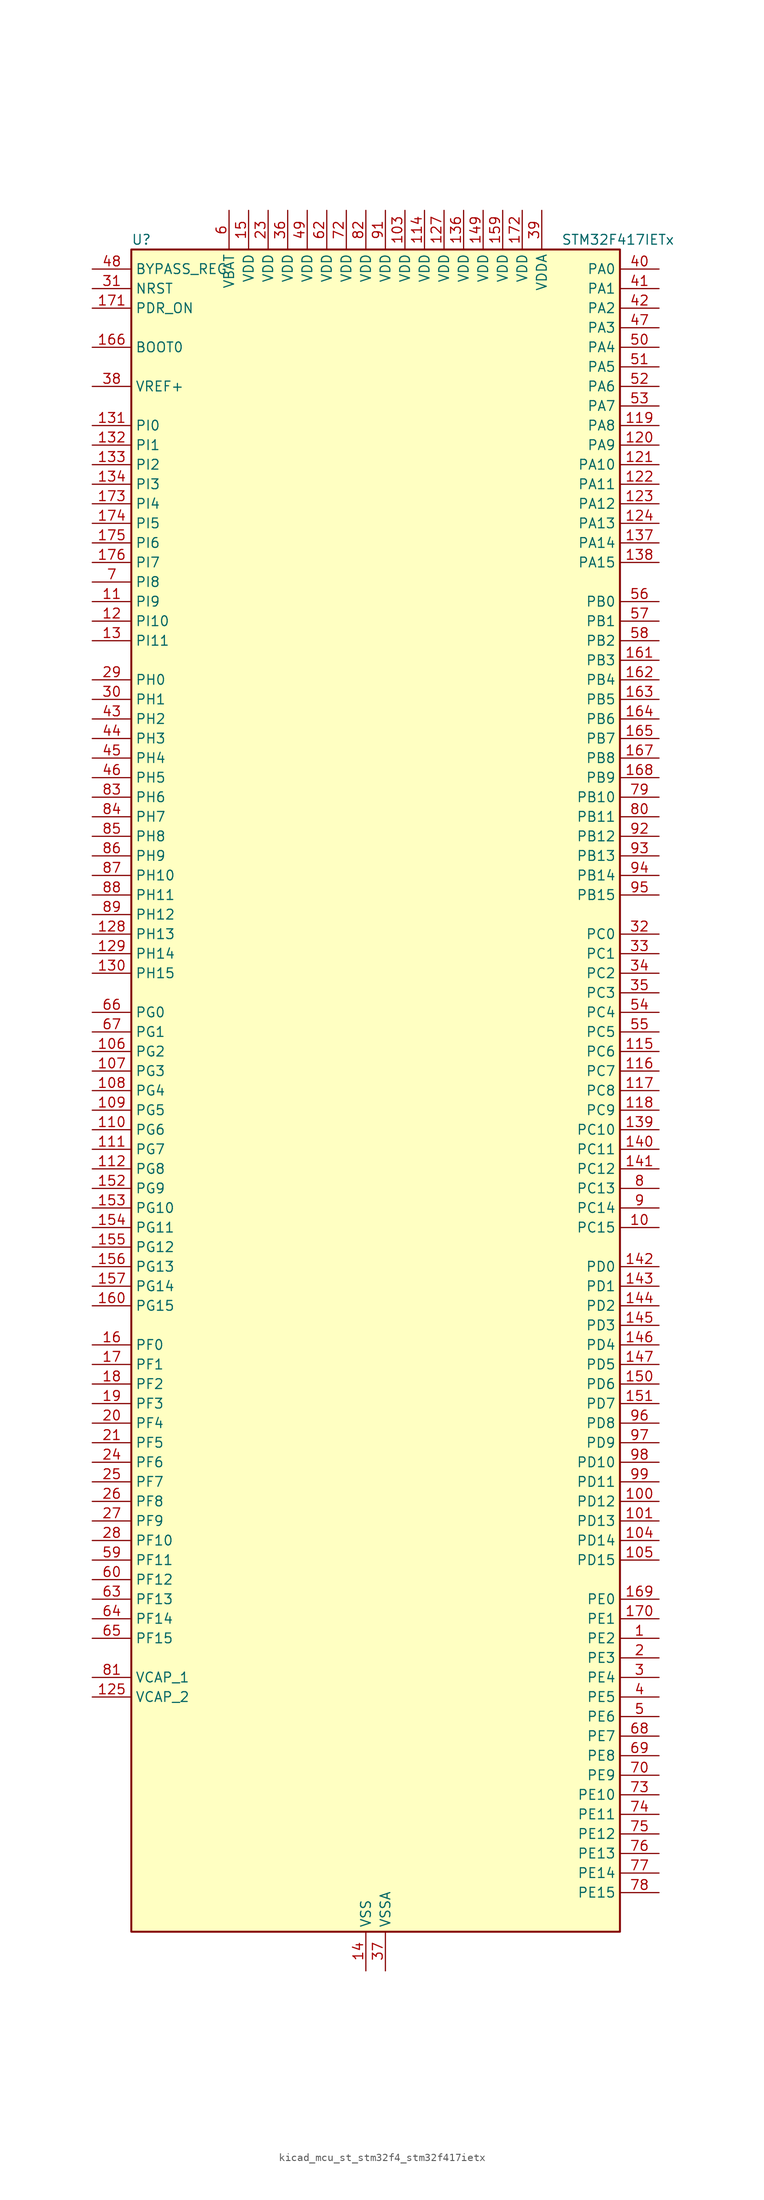
<source format=kicad_sym>
(kicad_symbol_lib
  (version 20220914)
  (generator kicad_symbol_editor)
  (symbol "kicad_mcu_st_stm32f4_stm32f417ietx"
    (property "Reference" "U"
      (at -30.48 110.49 0)
      (effects (font (size 1.27 1.27)) (justify left)))
    (property "Value" "STM32F417IETx"
      (at 25.4 110.49 0)
      (effects (font (size 1.27 1.27)) (justify left)))
    (property "ki_locked" ""
      (at 0 0 0)
      (effects (font (size 1.27 1.27))))
    (symbol "kicad_mcu_st_stm32f4_stm32f417ietx_0_1"
      (rectangle (start -30.48 -109.22) (end 33.02 109.22) (stroke (width 0.254) (type default)) (fill (type background))))
    (symbol "kicad_mcu_st_stm32f4_stm32f417ietx_1_1"
      (pin bidirectional line (at 38.1 -71.12 180) (length 5.08) (name "PE2" (effects (font (size 1.27 1.27)))) (number "1" (effects (font (size 1.27 1.27)))) (alternate "ETH_TXD3" bidirectional line) (alternate "FSMC_A23" bidirectional line) (alternate "SYS_TRACECLK" bidirectional line))
      (pin bidirectional line (at 38.1 -17.78 180) (length 5.08) (name "PC15" (effects (font (size 1.27 1.27)))) (number "10" (effects (font (size 1.27 1.27)))) (alternate "ADC1_EXTI15" bidirectional line) (alternate "ADC2_EXTI15" bidirectional line) (alternate "ADC3_EXTI15" bidirectional line) (alternate "RCC_OSC32_OUT" bidirectional line))
      (pin bidirectional line (at 38.1 -53.34 180) (length 5.08) (name "PD12" (effects (font (size 1.27 1.27)))) (number "100" (effects (font (size 1.27 1.27)))) (alternate "FSMC_A17" bidirectional line) (alternate "FSMC_ALE" bidirectional line) (alternate "TIM4_CH1" bidirectional line) (alternate "USART3_RTS" bidirectional line))
      (pin bidirectional line (at 38.1 -55.88 180) (length 5.08) (name "PD13" (effects (font (size 1.27 1.27)))) (number "101" (effects (font (size 1.27 1.27)))) (alternate "FSMC_A18" bidirectional line) (alternate "TIM4_CH2" bidirectional line))
      (pin passive line (at 0 -114.3 90) (length 5.08) hide (name "VSS" (effects (font (size 1.27 1.27)))) (number "102" (effects (font (size 1.27 1.27)))))
      (pin power_in line (at 5.08 114.3 270) (length 5.08) (name "VDD" (effects (font (size 1.27 1.27)))) (number "103" (effects (font (size 1.27 1.27)))))
      (pin bidirectional line (at 38.1 -58.42 180) (length 5.08) (name "PD14" (effects (font (size 1.27 1.27)))) (number "104" (effects (font (size 1.27 1.27)))) (alternate "FSMC_D0" bidirectional line) (alternate "FSMC_DA0" bidirectional line) (alternate "TIM4_CH3" bidirectional line))
      (pin bidirectional line (at 38.1 -60.96 180) (length 5.08) (name "PD15" (effects (font (size 1.27 1.27)))) (number "105" (effects (font (size 1.27 1.27)))) (alternate "ADC1_EXTI15" bidirectional line) (alternate "ADC2_EXTI15" bidirectional line) (alternate "ADC3_EXTI15" bidirectional line) (alternate "FSMC_D1" bidirectional line) (alternate "FSMC_DA1" bidirectional line) (alternate "TIM4_CH4" bidirectional line))
      (pin bidirectional line (at -35.56 5.08 0) (length 5.08) (name "PG2" (effects (font (size 1.27 1.27)))) (number "106" (effects (font (size 1.27 1.27)))) (alternate "FSMC_A12" bidirectional line))
      (pin bidirectional line (at -35.56 2.54 0) (length 5.08) (name "PG3" (effects (font (size 1.27 1.27)))) (number "107" (effects (font (size 1.27 1.27)))) (alternate "FSMC_A13" bidirectional line))
      (pin bidirectional line (at -35.56 0 0) (length 5.08) (name "PG4" (effects (font (size 1.27 1.27)))) (number "108" (effects (font (size 1.27 1.27)))) (alternate "FSMC_A14" bidirectional line))
      (pin bidirectional line (at -35.56 -2.54 0) (length 5.08) (name "PG5" (effects (font (size 1.27 1.27)))) (number "109" (effects (font (size 1.27 1.27)))) (alternate "FSMC_A15" bidirectional line))
      (pin bidirectional line (at -35.56 63.5 0) (length 5.08) (name "PI9" (effects (font (size 1.27 1.27)))) (number "11" (effects (font (size 1.27 1.27)))) (alternate "CAN1_RX" bidirectional line) (alternate "DAC_EXTI9" bidirectional line))
      (pin bidirectional line (at -35.56 -5.08 0) (length 5.08) (name "PG6" (effects (font (size 1.27 1.27)))) (number "110" (effects (font (size 1.27 1.27)))) (alternate "FSMC_INT2" bidirectional line))
      (pin bidirectional line (at -35.56 -7.62 0) (length 5.08) (name "PG7" (effects (font (size 1.27 1.27)))) (number "111" (effects (font (size 1.27 1.27)))) (alternate "FSMC_INT3" bidirectional line) (alternate "USART6_CK" bidirectional line))
      (pin bidirectional line (at -35.56 -10.16 0) (length 5.08) (name "PG8" (effects (font (size 1.27 1.27)))) (number "112" (effects (font (size 1.27 1.27)))) (alternate "ETH_PPS_OUT" bidirectional line) (alternate "USART6_RTS" bidirectional line))
      (pin passive line (at 0 -114.3 90) (length 5.08) hide (name "VSS" (effects (font (size 1.27 1.27)))) (number "113" (effects (font (size 1.27 1.27)))))
      (pin power_in line (at 7.62 114.3 270) (length 5.08) (name "VDD" (effects (font (size 1.27 1.27)))) (number "114" (effects (font (size 1.27 1.27)))))
      (pin bidirectional line (at 38.1 5.08 180) (length 5.08) (name "PC6" (effects (font (size 1.27 1.27)))) (number "115" (effects (font (size 1.27 1.27)))) (alternate "DCMI_D0" bidirectional line) (alternate "I2S2_MCK" bidirectional line) (alternate "SDIO_D6" bidirectional line) (alternate "TIM3_CH1" bidirectional line) (alternate "TIM8_CH1" bidirectional line) (alternate "USART6_TX" bidirectional line))
      (pin bidirectional line (at 38.1 2.54 180) (length 5.08) (name "PC7" (effects (font (size 1.27 1.27)))) (number "116" (effects (font (size 1.27 1.27)))) (alternate "DCMI_D1" bidirectional line) (alternate "I2S3_MCK" bidirectional line) (alternate "SDIO_D7" bidirectional line) (alternate "TIM3_CH2" bidirectional line) (alternate "TIM8_CH2" bidirectional line) (alternate "USART6_RX" bidirectional line))
      (pin bidirectional line (at 38.1 0 180) (length 5.08) (name "PC8" (effects (font (size 1.27 1.27)))) (number "117" (effects (font (size 1.27 1.27)))) (alternate "DCMI_D2" bidirectional line) (alternate "SDIO_D0" bidirectional line) (alternate "TIM3_CH3" bidirectional line) (alternate "TIM8_CH3" bidirectional line) (alternate "USART6_CK" bidirectional line))
      (pin bidirectional line (at 38.1 -2.54 180) (length 5.08) (name "PC9" (effects (font (size 1.27 1.27)))) (number "118" (effects (font (size 1.27 1.27)))) (alternate "DAC_EXTI9" bidirectional line) (alternate "DCMI_D3" bidirectional line) (alternate "I2C3_SDA" bidirectional line) (alternate "I2S_CKIN" bidirectional line) (alternate "RCC_MCO_2" bidirectional line) (alternate "SDIO_D1" bidirectional line) (alternate "TIM3_CH4" bidirectional line) (alternate "TIM8_CH4" bidirectional line))
      (pin bidirectional line (at 38.1 86.36 180) (length 5.08) (name "PA8" (effects (font (size 1.27 1.27)))) (number "119" (effects (font (size 1.27 1.27)))) (alternate "I2C3_SCL" bidirectional line) (alternate "RCC_MCO_1" bidirectional line) (alternate "TIM1_CH1" bidirectional line) (alternate "USART1_CK" bidirectional line) (alternate "USB_OTG_FS_SOF" bidirectional line))
      (pin bidirectional line (at -35.56 60.96 0) (length 5.08) (name "PI10" (effects (font (size 1.27 1.27)))) (number "12" (effects (font (size 1.27 1.27)))) (alternate "ETH_RX_ER" bidirectional line))
      (pin bidirectional line (at 38.1 83.82 180) (length 5.08) (name "PA9" (effects (font (size 1.27 1.27)))) (number "120" (effects (font (size 1.27 1.27)))) (alternate "DAC_EXTI9" bidirectional line) (alternate "DCMI_D0" bidirectional line) (alternate "I2C3_SMBA" bidirectional line) (alternate "TIM1_CH2" bidirectional line) (alternate "USART1_TX" bidirectional line) (alternate "USB_OTG_FS_VBUS" bidirectional line))
      (pin bidirectional line (at 38.1 81.28 180) (length 5.08) (name "PA10" (effects (font (size 1.27 1.27)))) (number "121" (effects (font (size 1.27 1.27)))) (alternate "DCMI_D1" bidirectional line) (alternate "TIM1_CH3" bidirectional line) (alternate "USART1_RX" bidirectional line) (alternate "USB_OTG_FS_ID" bidirectional line))
      (pin bidirectional line (at 38.1 78.74 180) (length 5.08) (name "PA11" (effects (font (size 1.27 1.27)))) (number "122" (effects (font (size 1.27 1.27)))) (alternate "ADC1_EXTI11" bidirectional line) (alternate "ADC2_EXTI11" bidirectional line) (alternate "ADC3_EXTI11" bidirectional line) (alternate "CAN1_RX" bidirectional line) (alternate "TIM1_CH4" bidirectional line) (alternate "USART1_CTS" bidirectional line) (alternate "USB_OTG_FS_DM" bidirectional line))
      (pin bidirectional line (at 38.1 76.2 180) (length 5.08) (name "PA12" (effects (font (size 1.27 1.27)))) (number "123" (effects (font (size 1.27 1.27)))) (alternate "CAN1_TX" bidirectional line) (alternate "TIM1_ETR" bidirectional line) (alternate "USART1_RTS" bidirectional line) (alternate "USB_OTG_FS_DP" bidirectional line))
      (pin bidirectional line (at 38.1 73.66 180) (length 5.08) (name "PA13" (effects (font (size 1.27 1.27)))) (number "124" (effects (font (size 1.27 1.27)))) (alternate "SYS_JTMS-SWDIO" bidirectional line))
      (pin power_out line (at -35.56 -78.74 0) (length 5.08) (name "VCAP_2" (effects (font (size 1.27 1.27)))) (number "125" (effects (font (size 1.27 1.27)))))
      (pin passive line (at 0 -114.3 90) (length 5.08) hide (name "VSS" (effects (font (size 1.27 1.27)))) (number "126" (effects (font (size 1.27 1.27)))))
      (pin power_in line (at 10.16 114.3 270) (length 5.08) (name "VDD" (effects (font (size 1.27 1.27)))) (number "127" (effects (font (size 1.27 1.27)))))
      (pin bidirectional line (at -35.56 20.32 0) (length 5.08) (name "PH13" (effects (font (size 1.27 1.27)))) (number "128" (effects (font (size 1.27 1.27)))) (alternate "CAN1_TX" bidirectional line) (alternate "TIM8_CH1N" bidirectional line))
      (pin bidirectional line (at -35.56 17.78 0) (length 5.08) (name "PH14" (effects (font (size 1.27 1.27)))) (number "129" (effects (font (size 1.27 1.27)))) (alternate "DCMI_D4" bidirectional line) (alternate "TIM8_CH2N" bidirectional line))
      (pin bidirectional line (at -35.56 58.42 0) (length 5.08) (name "PI11" (effects (font (size 1.27 1.27)))) (number "13" (effects (font (size 1.27 1.27)))) (alternate "ADC1_EXTI11" bidirectional line) (alternate "ADC2_EXTI11" bidirectional line) (alternate "ADC3_EXTI11" bidirectional line) (alternate "USB_OTG_HS_ULPI_DIR" bidirectional line))
      (pin bidirectional line (at -35.56 15.24 0) (length 5.08) (name "PH15" (effects (font (size 1.27 1.27)))) (number "130" (effects (font (size 1.27 1.27)))) (alternate "ADC1_EXTI15" bidirectional line) (alternate "ADC2_EXTI15" bidirectional line) (alternate "ADC3_EXTI15" bidirectional line) (alternate "DCMI_D11" bidirectional line) (alternate "TIM8_CH3N" bidirectional line))
      (pin bidirectional line (at -35.56 86.36 0) (length 5.08) (name "PI0" (effects (font (size 1.27 1.27)))) (number "131" (effects (font (size 1.27 1.27)))) (alternate "DCMI_D13" bidirectional line) (alternate "I2S2_WS" bidirectional line) (alternate "SPI2_NSS" bidirectional line) (alternate "TIM5_CH4" bidirectional line))
      (pin bidirectional line (at -35.56 83.82 0) (length 5.08) (name "PI1" (effects (font (size 1.27 1.27)))) (number "132" (effects (font (size 1.27 1.27)))) (alternate "DCMI_D8" bidirectional line) (alternate "I2S2_CK" bidirectional line) (alternate "SPI2_SCK" bidirectional line))
      (pin bidirectional line (at -35.56 81.28 0) (length 5.08) (name "PI2" (effects (font (size 1.27 1.27)))) (number "133" (effects (font (size 1.27 1.27)))) (alternate "DCMI_D9" bidirectional line) (alternate "I2S2_ext_SD" bidirectional line) (alternate "SPI2_MISO" bidirectional line) (alternate "TIM8_CH4" bidirectional line))
      (pin bidirectional line (at -35.56 78.74 0) (length 5.08) (name "PI3" (effects (font (size 1.27 1.27)))) (number "134" (effects (font (size 1.27 1.27)))) (alternate "DCMI_D10" bidirectional line) (alternate "I2S2_SD" bidirectional line) (alternate "SPI2_MOSI" bidirectional line) (alternate "TIM8_ETR" bidirectional line))
      (pin passive line (at 0 -114.3 90) (length 5.08) hide (name "VSS" (effects (font (size 1.27 1.27)))) (number "135" (effects (font (size 1.27 1.27)))))
      (pin power_in line (at 12.7 114.3 270) (length 5.08) (name "VDD" (effects (font (size 1.27 1.27)))) (number "136" (effects (font (size 1.27 1.27)))))
      (pin bidirectional line (at 38.1 71.12 180) (length 5.08) (name "PA14" (effects (font (size 1.27 1.27)))) (number "137" (effects (font (size 1.27 1.27)))) (alternate "SYS_JTCK-SWCLK" bidirectional line))
      (pin bidirectional line (at 38.1 68.58 180) (length 5.08) (name "PA15" (effects (font (size 1.27 1.27)))) (number "138" (effects (font (size 1.27 1.27)))) (alternate "ADC1_EXTI15" bidirectional line) (alternate "ADC2_EXTI15" bidirectional line) (alternate "ADC3_EXTI15" bidirectional line) (alternate "I2S3_WS" bidirectional line) (alternate "SPI1_NSS" bidirectional line) (alternate "SPI3_NSS" bidirectional line) (alternate "SYS_JTDI" bidirectional line) (alternate "TIM2_CH1" bidirectional line) (alternate "TIM2_ETR" bidirectional line))
      (pin bidirectional line (at 38.1 -5.08 180) (length 5.08) (name "PC10" (effects (font (size 1.27 1.27)))) (number "139" (effects (font (size 1.27 1.27)))) (alternate "DCMI_D8" bidirectional line) (alternate "I2S3_CK" bidirectional line) (alternate "SDIO_D2" bidirectional line) (alternate "SPI3_SCK" bidirectional line) (alternate "UART4_TX" bidirectional line) (alternate "USART3_TX" bidirectional line))
      (pin power_in line (at 0 -114.3 90) (length 5.08) (name "VSS" (effects (font (size 1.27 1.27)))) (number "14" (effects (font (size 1.27 1.27)))))
      (pin bidirectional line (at 38.1 -7.62 180) (length 5.08) (name "PC11" (effects (font (size 1.27 1.27)))) (number "140" (effects (font (size 1.27 1.27)))) (alternate "ADC1_EXTI11" bidirectional line) (alternate "ADC2_EXTI11" bidirectional line) (alternate "ADC3_EXTI11" bidirectional line) (alternate "DCMI_D4" bidirectional line) (alternate "I2S3_ext_SD" bidirectional line) (alternate "SDIO_D3" bidirectional line) (alternate "SPI3_MISO" bidirectional line) (alternate "UART4_RX" bidirectional line) (alternate "USART3_RX" bidirectional line))
      (pin bidirectional line (at 38.1 -10.16 180) (length 5.08) (name "PC12" (effects (font (size 1.27 1.27)))) (number "141" (effects (font (size 1.27 1.27)))) (alternate "DCMI_D9" bidirectional line) (alternate "I2S3_SD" bidirectional line) (alternate "SDIO_CK" bidirectional line) (alternate "SPI3_MOSI" bidirectional line) (alternate "UART5_TX" bidirectional line) (alternate "USART3_CK" bidirectional line))
      (pin bidirectional line (at 38.1 -22.86 180) (length 5.08) (name "PD0" (effects (font (size 1.27 1.27)))) (number "142" (effects (font (size 1.27 1.27)))) (alternate "CAN1_RX" bidirectional line) (alternate "FSMC_D2" bidirectional line) (alternate "FSMC_DA2" bidirectional line))
      (pin bidirectional line (at 38.1 -25.4 180) (length 5.08) (name "PD1" (effects (font (size 1.27 1.27)))) (number "143" (effects (font (size 1.27 1.27)))) (alternate "CAN1_TX" bidirectional line) (alternate "FSMC_D3" bidirectional line) (alternate "FSMC_DA3" bidirectional line))
      (pin bidirectional line (at 38.1 -27.94 180) (length 5.08) (name "PD2" (effects (font (size 1.27 1.27)))) (number "144" (effects (font (size 1.27 1.27)))) (alternate "DCMI_D11" bidirectional line) (alternate "SDIO_CMD" bidirectional line) (alternate "TIM3_ETR" bidirectional line) (alternate "UART5_RX" bidirectional line))
      (pin bidirectional line (at 38.1 -30.48 180) (length 5.08) (name "PD3" (effects (font (size 1.27 1.27)))) (number "145" (effects (font (size 1.27 1.27)))) (alternate "FSMC_CLK" bidirectional line) (alternate "USART2_CTS" bidirectional line))
      (pin bidirectional line (at 38.1 -33.02 180) (length 5.08) (name "PD4" (effects (font (size 1.27 1.27)))) (number "146" (effects (font (size 1.27 1.27)))) (alternate "FSMC_NOE" bidirectional line) (alternate "USART2_RTS" bidirectional line))
      (pin bidirectional line (at 38.1 -35.56 180) (length 5.08) (name "PD5" (effects (font (size 1.27 1.27)))) (number "147" (effects (font (size 1.27 1.27)))) (alternate "FSMC_NWE" bidirectional line) (alternate "USART2_TX" bidirectional line))
      (pin passive line (at 0 -114.3 90) (length 5.08) hide (name "VSS" (effects (font (size 1.27 1.27)))) (number "148" (effects (font (size 1.27 1.27)))))
      (pin power_in line (at 15.24 114.3 270) (length 5.08) (name "VDD" (effects (font (size 1.27 1.27)))) (number "149" (effects (font (size 1.27 1.27)))))
      (pin power_in line (at -15.24 114.3 270) (length 5.08) (name "VDD" (effects (font (size 1.27 1.27)))) (number "15" (effects (font (size 1.27 1.27)))))
      (pin bidirectional line (at 38.1 -38.1 180) (length 5.08) (name "PD6" (effects (font (size 1.27 1.27)))) (number "150" (effects (font (size 1.27 1.27)))) (alternate "FSMC_NWAIT" bidirectional line) (alternate "USART2_RX" bidirectional line))
      (pin bidirectional line (at 38.1 -40.64 180) (length 5.08) (name "PD7" (effects (font (size 1.27 1.27)))) (number "151" (effects (font (size 1.27 1.27)))) (alternate "FSMC_NCE2" bidirectional line) (alternate "FSMC_NE1" bidirectional line) (alternate "USART2_CK" bidirectional line))
      (pin bidirectional line (at -35.56 -12.7 0) (length 5.08) (name "PG9" (effects (font (size 1.27 1.27)))) (number "152" (effects (font (size 1.27 1.27)))) (alternate "DAC_EXTI9" bidirectional line) (alternate "FSMC_NCE3" bidirectional line) (alternate "FSMC_NE2" bidirectional line) (alternate "USART6_RX" bidirectional line))
      (pin bidirectional line (at -35.56 -15.24 0) (length 5.08) (name "PG10" (effects (font (size 1.27 1.27)))) (number "153" (effects (font (size 1.27 1.27)))) (alternate "FSMC_NCE4_1" bidirectional line) (alternate "FSMC_NE3" bidirectional line))
      (pin bidirectional line (at -35.56 -17.78 0) (length 5.08) (name "PG11" (effects (font (size 1.27 1.27)))) (number "154" (effects (font (size 1.27 1.27)))) (alternate "ADC1_EXTI11" bidirectional line) (alternate "ADC2_EXTI11" bidirectional line) (alternate "ADC3_EXTI11" bidirectional line) (alternate "ETH_TX_EN" bidirectional line) (alternate "FSMC_NCE4_2" bidirectional line))
      (pin bidirectional line (at -35.56 -20.32 0) (length 5.08) (name "PG12" (effects (font (size 1.27 1.27)))) (number "155" (effects (font (size 1.27 1.27)))) (alternate "FSMC_NE4" bidirectional line) (alternate "USART6_RTS" bidirectional line))
      (pin bidirectional line (at -35.56 -22.86 0) (length 5.08) (name "PG13" (effects (font (size 1.27 1.27)))) (number "156" (effects (font (size 1.27 1.27)))) (alternate "ETH_TXD0" bidirectional line) (alternate "FSMC_A24" bidirectional line) (alternate "USART6_CTS" bidirectional line))
      (pin bidirectional line (at -35.56 -25.4 0) (length 5.08) (name "PG14" (effects (font (size 1.27 1.27)))) (number "157" (effects (font (size 1.27 1.27)))) (alternate "ETH_TXD1" bidirectional line) (alternate "FSMC_A25" bidirectional line) (alternate "USART6_TX" bidirectional line))
      (pin passive line (at 0 -114.3 90) (length 5.08) hide (name "VSS" (effects (font (size 1.27 1.27)))) (number "158" (effects (font (size 1.27 1.27)))))
      (pin power_in line (at 17.78 114.3 270) (length 5.08) (name "VDD" (effects (font (size 1.27 1.27)))) (number "159" (effects (font (size 1.27 1.27)))))
      (pin bidirectional line (at -35.56 -33.02 0) (length 5.08) (name "PF0" (effects (font (size 1.27 1.27)))) (number "16" (effects (font (size 1.27 1.27)))) (alternate "FSMC_A0" bidirectional line) (alternate "I2C2_SDA" bidirectional line))
      (pin bidirectional line (at -35.56 -27.94 0) (length 5.08) (name "PG15" (effects (font (size 1.27 1.27)))) (number "160" (effects (font (size 1.27 1.27)))) (alternate "ADC1_EXTI15" bidirectional line) (alternate "ADC2_EXTI15" bidirectional line) (alternate "ADC3_EXTI15" bidirectional line) (alternate "DCMI_D13" bidirectional line) (alternate "USART6_CTS" bidirectional line))
      (pin bidirectional line (at 38.1 55.88 180) (length 5.08) (name "PB3" (effects (font (size 1.27 1.27)))) (number "161" (effects (font (size 1.27 1.27)))) (alternate "I2S3_CK" bidirectional line) (alternate "SPI1_SCK" bidirectional line) (alternate "SPI3_SCK" bidirectional line) (alternate "SYS_JTDO-SWO" bidirectional line) (alternate "TIM2_CH2" bidirectional line))
      (pin bidirectional line (at 38.1 53.34 180) (length 5.08) (name "PB4" (effects (font (size 1.27 1.27)))) (number "162" (effects (font (size 1.27 1.27)))) (alternate "I2S3_ext_SD" bidirectional line) (alternate "SPI1_MISO" bidirectional line) (alternate "SPI3_MISO" bidirectional line) (alternate "SYS_JTRST" bidirectional line) (alternate "TIM3_CH1" bidirectional line))
      (pin bidirectional line (at 38.1 50.8 180) (length 5.08) (name "PB5" (effects (font (size 1.27 1.27)))) (number "163" (effects (font (size 1.27 1.27)))) (alternate "CAN2_RX" bidirectional line) (alternate "DCMI_D10" bidirectional line) (alternate "ETH_PPS_OUT" bidirectional line) (alternate "I2C1_SMBA" bidirectional line) (alternate "I2S3_SD" bidirectional line) (alternate "SPI1_MOSI" bidirectional line) (alternate "SPI3_MOSI" bidirectional line) (alternate "TIM3_CH2" bidirectional line) (alternate "USB_OTG_HS_ULPI_D7" bidirectional line))
      (pin bidirectional line (at 38.1 48.26 180) (length 5.08) (name "PB6" (effects (font (size 1.27 1.27)))) (number "164" (effects (font (size 1.27 1.27)))) (alternate "CAN2_TX" bidirectional line) (alternate "DCMI_D5" bidirectional line) (alternate "I2C1_SCL" bidirectional line) (alternate "TIM4_CH1" bidirectional line) (alternate "USART1_TX" bidirectional line))
      (pin bidirectional line (at 38.1 45.72 180) (length 5.08) (name "PB7" (effects (font (size 1.27 1.27)))) (number "165" (effects (font (size 1.27 1.27)))) (alternate "DCMI_VSYNC" bidirectional line) (alternate "FSMC_NL" bidirectional line) (alternate "I2C1_SDA" bidirectional line) (alternate "TIM4_CH2" bidirectional line) (alternate "USART1_RX" bidirectional line))
      (pin input line (at -35.56 96.52 0) (length 5.08) (name "BOOT0" (effects (font (size 1.27 1.27)))) (number "166" (effects (font (size 1.27 1.27)))))
      (pin bidirectional line (at 38.1 43.18 180) (length 5.08) (name "PB8" (effects (font (size 1.27 1.27)))) (number "167" (effects (font (size 1.27 1.27)))) (alternate "CAN1_RX" bidirectional line) (alternate "DCMI_D6" bidirectional line) (alternate "ETH_TXD3" bidirectional line) (alternate "I2C1_SCL" bidirectional line) (alternate "SDIO_D4" bidirectional line) (alternate "TIM10_CH1" bidirectional line) (alternate "TIM4_CH3" bidirectional line))
      (pin bidirectional line (at 38.1 40.64 180) (length 5.08) (name "PB9" (effects (font (size 1.27 1.27)))) (number "168" (effects (font (size 1.27 1.27)))) (alternate "CAN1_TX" bidirectional line) (alternate "DAC_EXTI9" bidirectional line) (alternate "DCMI_D7" bidirectional line) (alternate "I2C1_SDA" bidirectional line) (alternate "I2S2_WS" bidirectional line) (alternate "SDIO_D5" bidirectional line) (alternate "SPI2_NSS" bidirectional line) (alternate "TIM11_CH1" bidirectional line) (alternate "TIM4_CH4" bidirectional line))
      (pin bidirectional line (at 38.1 -66.04 180) (length 5.08) (name "PE0" (effects (font (size 1.27 1.27)))) (number "169" (effects (font (size 1.27 1.27)))) (alternate "DCMI_D2" bidirectional line) (alternate "FSMC_NBL0" bidirectional line) (alternate "TIM4_ETR" bidirectional line))
      (pin bidirectional line (at -35.56 -35.56 0) (length 5.08) (name "PF1" (effects (font (size 1.27 1.27)))) (number "17" (effects (font (size 1.27 1.27)))) (alternate "FSMC_A1" bidirectional line) (alternate "I2C2_SCL" bidirectional line))
      (pin bidirectional line (at 38.1 -68.58 180) (length 5.08) (name "PE1" (effects (font (size 1.27 1.27)))) (number "170" (effects (font (size 1.27 1.27)))) (alternate "DCMI_D3" bidirectional line) (alternate "FSMC_NBL1" bidirectional line))
      (pin input line (at -35.56 101.6 0) (length 5.08) (name "PDR_ON" (effects (font (size 1.27 1.27)))) (number "171" (effects (font (size 1.27 1.27)))))
      (pin power_in line (at 20.32 114.3 270) (length 5.08) (name "VDD" (effects (font (size 1.27 1.27)))) (number "172" (effects (font (size 1.27 1.27)))))
      (pin bidirectional line (at -35.56 76.2 0) (length 5.08) (name "PI4" (effects (font (size 1.27 1.27)))) (number "173" (effects (font (size 1.27 1.27)))) (alternate "DCMI_D5" bidirectional line) (alternate "TIM8_BKIN" bidirectional line))
      (pin bidirectional line (at -35.56 73.66 0) (length 5.08) (name "PI5" (effects (font (size 1.27 1.27)))) (number "174" (effects (font (size 1.27 1.27)))) (alternate "DCMI_VSYNC" bidirectional line) (alternate "TIM8_CH1" bidirectional line))
      (pin bidirectional line (at -35.56 71.12 0) (length 5.08) (name "PI6" (effects (font (size 1.27 1.27)))) (number "175" (effects (font (size 1.27 1.27)))) (alternate "DCMI_D6" bidirectional line) (alternate "TIM8_CH2" bidirectional line))
      (pin bidirectional line (at -35.56 68.58 0) (length 5.08) (name "PI7" (effects (font (size 1.27 1.27)))) (number "176" (effects (font (size 1.27 1.27)))) (alternate "DCMI_D7" bidirectional line) (alternate "TIM8_CH3" bidirectional line))
      (pin bidirectional line (at -35.56 -38.1 0) (length 5.08) (name "PF2" (effects (font (size 1.27 1.27)))) (number "18" (effects (font (size 1.27 1.27)))) (alternate "FSMC_A2" bidirectional line) (alternate "I2C2_SMBA" bidirectional line))
      (pin bidirectional line (at -35.56 -40.64 0) (length 5.08) (name "PF3" (effects (font (size 1.27 1.27)))) (number "19" (effects (font (size 1.27 1.27)))) (alternate "ADC3_IN9" bidirectional line) (alternate "FSMC_A3" bidirectional line))
      (pin bidirectional line (at 38.1 -73.66 180) (length 5.08) (name "PE3" (effects (font (size 1.27 1.27)))) (number "2" (effects (font (size 1.27 1.27)))) (alternate "FSMC_A19" bidirectional line) (alternate "SYS_TRACED0" bidirectional line))
      (pin bidirectional line (at -35.56 -43.18 0) (length 5.08) (name "PF4" (effects (font (size 1.27 1.27)))) (number "20" (effects (font (size 1.27 1.27)))) (alternate "ADC3_IN14" bidirectional line) (alternate "FSMC_A4" bidirectional line))
      (pin bidirectional line (at -35.56 -45.72 0) (length 5.08) (name "PF5" (effects (font (size 1.27 1.27)))) (number "21" (effects (font (size 1.27 1.27)))) (alternate "ADC3_IN15" bidirectional line) (alternate "FSMC_A5" bidirectional line))
      (pin passive line (at 0 -114.3 90) (length 5.08) hide (name "VSS" (effects (font (size 1.27 1.27)))) (number "22" (effects (font (size 1.27 1.27)))))
      (pin power_in line (at -12.7 114.3 270) (length 5.08) (name "VDD" (effects (font (size 1.27 1.27)))) (number "23" (effects (font (size 1.27 1.27)))))
      (pin bidirectional line (at -35.56 -48.26 0) (length 5.08) (name "PF6" (effects (font (size 1.27 1.27)))) (number "24" (effects (font (size 1.27 1.27)))) (alternate "ADC3_IN4" bidirectional line) (alternate "FSMC_NIORD" bidirectional line) (alternate "TIM10_CH1" bidirectional line))
      (pin bidirectional line (at -35.56 -50.8 0) (length 5.08) (name "PF7" (effects (font (size 1.27 1.27)))) (number "25" (effects (font (size 1.27 1.27)))) (alternate "ADC3_IN5" bidirectional line) (alternate "FSMC_NREG" bidirectional line) (alternate "TIM11_CH1" bidirectional line))
      (pin bidirectional line (at -35.56 -53.34 0) (length 5.08) (name "PF8" (effects (font (size 1.27 1.27)))) (number "26" (effects (font (size 1.27 1.27)))) (alternate "ADC3_IN6" bidirectional line) (alternate "FSMC_NIOWR" bidirectional line) (alternate "TIM13_CH1" bidirectional line))
      (pin bidirectional line (at -35.56 -55.88 0) (length 5.08) (name "PF9" (effects (font (size 1.27 1.27)))) (number "27" (effects (font (size 1.27 1.27)))) (alternate "ADC3_IN7" bidirectional line) (alternate "DAC_EXTI9" bidirectional line) (alternate "FSMC_CD" bidirectional line) (alternate "TIM14_CH1" bidirectional line))
      (pin bidirectional line (at -35.56 -58.42 0) (length 5.08) (name "PF10" (effects (font (size 1.27 1.27)))) (number "28" (effects (font (size 1.27 1.27)))) (alternate "ADC3_IN8" bidirectional line) (alternate "FSMC_INTR" bidirectional line))
      (pin bidirectional line (at -35.56 53.34 0) (length 5.08) (name "PH0" (effects (font (size 1.27 1.27)))) (number "29" (effects (font (size 1.27 1.27)))) (alternate "RCC_OSC_IN" bidirectional line))
      (pin bidirectional line (at 38.1 -76.2 180) (length 5.08) (name "PE4" (effects (font (size 1.27 1.27)))) (number "3" (effects (font (size 1.27 1.27)))) (alternate "DCMI_D4" bidirectional line) (alternate "FSMC_A20" bidirectional line) (alternate "SYS_TRACED1" bidirectional line))
      (pin bidirectional line (at -35.56 50.8 0) (length 5.08) (name "PH1" (effects (font (size 1.27 1.27)))) (number "30" (effects (font (size 1.27 1.27)))) (alternate "RCC_OSC_OUT" bidirectional line))
      (pin input line (at -35.56 104.14 0) (length 5.08) (name "NRST" (effects (font (size 1.27 1.27)))) (number "31" (effects (font (size 1.27 1.27)))))
      (pin bidirectional line (at 38.1 20.32 180) (length 5.08) (name "PC0" (effects (font (size 1.27 1.27)))) (number "32" (effects (font (size 1.27 1.27)))) (alternate "ADC1_IN10" bidirectional line) (alternate "ADC2_IN10" bidirectional line) (alternate "ADC3_IN10" bidirectional line) (alternate "USB_OTG_HS_ULPI_STP" bidirectional line))
      (pin bidirectional line (at 38.1 17.78 180) (length 5.08) (name "PC1" (effects (font (size 1.27 1.27)))) (number "33" (effects (font (size 1.27 1.27)))) (alternate "ADC1_IN11" bidirectional line) (alternate "ADC2_IN11" bidirectional line) (alternate "ADC3_IN11" bidirectional line) (alternate "ETH_MDC" bidirectional line))
      (pin bidirectional line (at 38.1 15.24 180) (length 5.08) (name "PC2" (effects (font (size 1.27 1.27)))) (number "34" (effects (font (size 1.27 1.27)))) (alternate "ADC1_IN12" bidirectional line) (alternate "ADC2_IN12" bidirectional line) (alternate "ADC3_IN12" bidirectional line) (alternate "ETH_TXD2" bidirectional line) (alternate "I2S2_ext_SD" bidirectional line) (alternate "SPI2_MISO" bidirectional line) (alternate "USB_OTG_HS_ULPI_DIR" bidirectional line))
      (pin bidirectional line (at 38.1 12.7 180) (length 5.08) (name "PC3" (effects (font (size 1.27 1.27)))) (number "35" (effects (font (size 1.27 1.27)))) (alternate "ADC1_IN13" bidirectional line) (alternate "ADC2_IN13" bidirectional line) (alternate "ADC3_IN13" bidirectional line) (alternate "ETH_TX_CLK" bidirectional line) (alternate "I2S2_SD" bidirectional line) (alternate "SPI2_MOSI" bidirectional line) (alternate "USB_OTG_HS_ULPI_NXT" bidirectional line))
      (pin power_in line (at -10.16 114.3 270) (length 5.08) (name "VDD" (effects (font (size 1.27 1.27)))) (number "36" (effects (font (size 1.27 1.27)))))
      (pin power_in line (at 2.54 -114.3 90) (length 5.08) (name "VSSA" (effects (font (size 1.27 1.27)))) (number "37" (effects (font (size 1.27 1.27)))))
      (pin input line (at -35.56 91.44 0) (length 5.08) (name "VREF+" (effects (font (size 1.27 1.27)))) (number "38" (effects (font (size 1.27 1.27)))))
      (pin power_in line (at 22.86 114.3 270) (length 5.08) (name "VDDA" (effects (font (size 1.27 1.27)))) (number "39" (effects (font (size 1.27 1.27)))))
      (pin bidirectional line (at 38.1 -78.74 180) (length 5.08) (name "PE5" (effects (font (size 1.27 1.27)))) (number "4" (effects (font (size 1.27 1.27)))) (alternate "DCMI_D6" bidirectional line) (alternate "FSMC_A21" bidirectional line) (alternate "SYS_TRACED2" bidirectional line) (alternate "TIM9_CH1" bidirectional line))
      (pin bidirectional line (at 38.1 106.68 180) (length 5.08) (name "PA0" (effects (font (size 1.27 1.27)))) (number "40" (effects (font (size 1.27 1.27)))) (alternate "ADC1_IN0" bidirectional line) (alternate "ADC2_IN0" bidirectional line) (alternate "ADC3_IN0" bidirectional line) (alternate "ETH_CRS" bidirectional line) (alternate "SYS_WKUP" bidirectional line) (alternate "TIM2_CH1" bidirectional line) (alternate "TIM2_ETR" bidirectional line) (alternate "TIM5_CH1" bidirectional line) (alternate "TIM8_ETR" bidirectional line) (alternate "UART4_TX" bidirectional line) (alternate "USART2_CTS" bidirectional line))
      (pin bidirectional line (at 38.1 104.14 180) (length 5.08) (name "PA1" (effects (font (size 1.27 1.27)))) (number "41" (effects (font (size 1.27 1.27)))) (alternate "ADC1_IN1" bidirectional line) (alternate "ADC2_IN1" bidirectional line) (alternate "ADC3_IN1" bidirectional line) (alternate "ETH_REF_CLK" bidirectional line) (alternate "ETH_RX_CLK" bidirectional line) (alternate "TIM2_CH2" bidirectional line) (alternate "TIM5_CH2" bidirectional line) (alternate "UART4_RX" bidirectional line) (alternate "USART2_RTS" bidirectional line))
      (pin bidirectional line (at 38.1 101.6 180) (length 5.08) (name "PA2" (effects (font (size 1.27 1.27)))) (number "42" (effects (font (size 1.27 1.27)))) (alternate "ADC1_IN2" bidirectional line) (alternate "ADC2_IN2" bidirectional line) (alternate "ADC3_IN2" bidirectional line) (alternate "ETH_MDIO" bidirectional line) (alternate "TIM2_CH3" bidirectional line) (alternate "TIM5_CH3" bidirectional line) (alternate "TIM9_CH1" bidirectional line) (alternate "USART2_TX" bidirectional line))
      (pin bidirectional line (at -35.56 48.26 0) (length 5.08) (name "PH2" (effects (font (size 1.27 1.27)))) (number "43" (effects (font (size 1.27 1.27)))) (alternate "ETH_CRS" bidirectional line))
      (pin bidirectional line (at -35.56 45.72 0) (length 5.08) (name "PH3" (effects (font (size 1.27 1.27)))) (number "44" (effects (font (size 1.27 1.27)))) (alternate "ETH_COL" bidirectional line))
      (pin bidirectional line (at -35.56 43.18 0) (length 5.08) (name "PH4" (effects (font (size 1.27 1.27)))) (number "45" (effects (font (size 1.27 1.27)))) (alternate "I2C2_SCL" bidirectional line) (alternate "USB_OTG_HS_ULPI_NXT" bidirectional line))
      (pin bidirectional line (at -35.56 40.64 0) (length 5.08) (name "PH5" (effects (font (size 1.27 1.27)))) (number "46" (effects (font (size 1.27 1.27)))) (alternate "I2C2_SDA" bidirectional line))
      (pin bidirectional line (at 38.1 99.06 180) (length 5.08) (name "PA3" (effects (font (size 1.27 1.27)))) (number "47" (effects (font (size 1.27 1.27)))) (alternate "ADC1_IN3" bidirectional line) (alternate "ADC2_IN3" bidirectional line) (alternate "ADC3_IN3" bidirectional line) (alternate "ETH_COL" bidirectional line) (alternate "TIM2_CH4" bidirectional line) (alternate "TIM5_CH4" bidirectional line) (alternate "TIM9_CH2" bidirectional line) (alternate "USART2_RX" bidirectional line) (alternate "USB_OTG_HS_ULPI_D0" bidirectional line))
      (pin input line (at -35.56 106.68 0) (length 5.08) (name "BYPASS_REG" (effects (font (size 1.27 1.27)))) (number "48" (effects (font (size 1.27 1.27)))))
      (pin power_in line (at -7.62 114.3 270) (length 5.08) (name "VDD" (effects (font (size 1.27 1.27)))) (number "49" (effects (font (size 1.27 1.27)))))
      (pin bidirectional line (at 38.1 -81.28 180) (length 5.08) (name "PE6" (effects (font (size 1.27 1.27)))) (number "5" (effects (font (size 1.27 1.27)))) (alternate "DCMI_D7" bidirectional line) (alternate "FSMC_A22" bidirectional line) (alternate "SYS_TRACED3" bidirectional line) (alternate "TIM9_CH2" bidirectional line))
      (pin bidirectional line (at 38.1 96.52 180) (length 5.08) (name "PA4" (effects (font (size 1.27 1.27)))) (number "50" (effects (font (size 1.27 1.27)))) (alternate "ADC1_IN4" bidirectional line) (alternate "ADC2_IN4" bidirectional line) (alternate "DAC_OUT1" bidirectional line) (alternate "DCMI_HSYNC" bidirectional line) (alternate "I2S3_WS" bidirectional line) (alternate "SPI1_NSS" bidirectional line) (alternate "SPI3_NSS" bidirectional line) (alternate "USART2_CK" bidirectional line) (alternate "USB_OTG_HS_SOF" bidirectional line))
      (pin bidirectional line (at 38.1 93.98 180) (length 5.08) (name "PA5" (effects (font (size 1.27 1.27)))) (number "51" (effects (font (size 1.27 1.27)))) (alternate "ADC1_IN5" bidirectional line) (alternate "ADC2_IN5" bidirectional line) (alternate "DAC_OUT2" bidirectional line) (alternate "SPI1_SCK" bidirectional line) (alternate "TIM2_CH1" bidirectional line) (alternate "TIM2_ETR" bidirectional line) (alternate "TIM8_CH1N" bidirectional line) (alternate "USB_OTG_HS_ULPI_CK" bidirectional line))
      (pin bidirectional line (at 38.1 91.44 180) (length 5.08) (name "PA6" (effects (font (size 1.27 1.27)))) (number "52" (effects (font (size 1.27 1.27)))) (alternate "ADC1_IN6" bidirectional line) (alternate "ADC2_IN6" bidirectional line) (alternate "DCMI_PIXCLK" bidirectional line) (alternate "SPI1_MISO" bidirectional line) (alternate "TIM13_CH1" bidirectional line) (alternate "TIM1_BKIN" bidirectional line) (alternate "TIM3_CH1" bidirectional line) (alternate "TIM8_BKIN" bidirectional line))
      (pin bidirectional line (at 38.1 88.9 180) (length 5.08) (name "PA7" (effects (font (size 1.27 1.27)))) (number "53" (effects (font (size 1.27 1.27)))) (alternate "ADC1_IN7" bidirectional line) (alternate "ADC2_IN7" bidirectional line) (alternate "ETH_CRS_DV" bidirectional line) (alternate "ETH_RX_DV" bidirectional line) (alternate "SPI1_MOSI" bidirectional line) (alternate "TIM14_CH1" bidirectional line) (alternate "TIM1_CH1N" bidirectional line) (alternate "TIM3_CH2" bidirectional line) (alternate "TIM8_CH1N" bidirectional line))
      (pin bidirectional line (at 38.1 10.16 180) (length 5.08) (name "PC4" (effects (font (size 1.27 1.27)))) (number "54" (effects (font (size 1.27 1.27)))) (alternate "ADC1_IN14" bidirectional line) (alternate "ADC2_IN14" bidirectional line) (alternate "ETH_RXD0" bidirectional line))
      (pin bidirectional line (at 38.1 7.62 180) (length 5.08) (name "PC5" (effects (font (size 1.27 1.27)))) (number "55" (effects (font (size 1.27 1.27)))) (alternate "ADC1_IN15" bidirectional line) (alternate "ADC2_IN15" bidirectional line) (alternate "ETH_RXD1" bidirectional line))
      (pin bidirectional line (at 38.1 63.5 180) (length 5.08) (name "PB0" (effects (font (size 1.27 1.27)))) (number "56" (effects (font (size 1.27 1.27)))) (alternate "ADC1_IN8" bidirectional line) (alternate "ADC2_IN8" bidirectional line) (alternate "ETH_RXD2" bidirectional line) (alternate "TIM1_CH2N" bidirectional line) (alternate "TIM3_CH3" bidirectional line) (alternate "TIM8_CH2N" bidirectional line) (alternate "USB_OTG_HS_ULPI_D1" bidirectional line))
      (pin bidirectional line (at 38.1 60.96 180) (length 5.08) (name "PB1" (effects (font (size 1.27 1.27)))) (number "57" (effects (font (size 1.27 1.27)))) (alternate "ADC1_IN9" bidirectional line) (alternate "ADC2_IN9" bidirectional line) (alternate "ETH_RXD3" bidirectional line) (alternate "TIM1_CH3N" bidirectional line) (alternate "TIM3_CH4" bidirectional line) (alternate "TIM8_CH3N" bidirectional line) (alternate "USB_OTG_HS_ULPI_D2" bidirectional line))
      (pin bidirectional line (at 38.1 58.42 180) (length 5.08) (name "PB2" (effects (font (size 1.27 1.27)))) (number "58" (effects (font (size 1.27 1.27)))))
      (pin bidirectional line (at -35.56 -60.96 0) (length 5.08) (name "PF11" (effects (font (size 1.27 1.27)))) (number "59" (effects (font (size 1.27 1.27)))) (alternate "ADC1_EXTI11" bidirectional line) (alternate "ADC2_EXTI11" bidirectional line) (alternate "ADC3_EXTI11" bidirectional line) (alternate "DCMI_D12" bidirectional line))
      (pin power_in line (at -17.78 114.3 270) (length 5.08) (name "VBAT" (effects (font (size 1.27 1.27)))) (number "6" (effects (font (size 1.27 1.27)))))
      (pin bidirectional line (at -35.56 -63.5 0) (length 5.08) (name "PF12" (effects (font (size 1.27 1.27)))) (number "60" (effects (font (size 1.27 1.27)))) (alternate "FSMC_A6" bidirectional line))
      (pin passive line (at 0 -114.3 90) (length 5.08) hide (name "VSS" (effects (font (size 1.27 1.27)))) (number "61" (effects (font (size 1.27 1.27)))))
      (pin power_in line (at -5.08 114.3 270) (length 5.08) (name "VDD" (effects (font (size 1.27 1.27)))) (number "62" (effects (font (size 1.27 1.27)))))
      (pin bidirectional line (at -35.56 -66.04 0) (length 5.08) (name "PF13" (effects (font (size 1.27 1.27)))) (number "63" (effects (font (size 1.27 1.27)))) (alternate "FSMC_A7" bidirectional line))
      (pin bidirectional line (at -35.56 -68.58 0) (length 5.08) (name "PF14" (effects (font (size 1.27 1.27)))) (number "64" (effects (font (size 1.27 1.27)))) (alternate "FSMC_A8" bidirectional line))
      (pin bidirectional line (at -35.56 -71.12 0) (length 5.08) (name "PF15" (effects (font (size 1.27 1.27)))) (number "65" (effects (font (size 1.27 1.27)))) (alternate "ADC1_EXTI15" bidirectional line) (alternate "ADC2_EXTI15" bidirectional line) (alternate "ADC3_EXTI15" bidirectional line) (alternate "FSMC_A9" bidirectional line))
      (pin bidirectional line (at -35.56 10.16 0) (length 5.08) (name "PG0" (effects (font (size 1.27 1.27)))) (number "66" (effects (font (size 1.27 1.27)))) (alternate "FSMC_A10" bidirectional line))
      (pin bidirectional line (at -35.56 7.62 0) (length 5.08) (name "PG1" (effects (font (size 1.27 1.27)))) (number "67" (effects (font (size 1.27 1.27)))) (alternate "FSMC_A11" bidirectional line))
      (pin bidirectional line (at 38.1 -83.82 180) (length 5.08) (name "PE7" (effects (font (size 1.27 1.27)))) (number "68" (effects (font (size 1.27 1.27)))) (alternate "FSMC_D4" bidirectional line) (alternate "FSMC_DA4" bidirectional line) (alternate "TIM1_ETR" bidirectional line))
      (pin bidirectional line (at 38.1 -86.36 180) (length 5.08) (name "PE8" (effects (font (size 1.27 1.27)))) (number "69" (effects (font (size 1.27 1.27)))) (alternate "FSMC_D5" bidirectional line) (alternate "FSMC_DA5" bidirectional line) (alternate "TIM1_CH1N" bidirectional line))
      (pin bidirectional line (at -35.56 66.04 0) (length 5.08) (name "PI8" (effects (font (size 1.27 1.27)))) (number "7" (effects (font (size 1.27 1.27)))) (alternate "RTC_AF2" bidirectional line))
      (pin bidirectional line (at 38.1 -88.9 180) (length 5.08) (name "PE9" (effects (font (size 1.27 1.27)))) (number "70" (effects (font (size 1.27 1.27)))) (alternate "DAC_EXTI9" bidirectional line) (alternate "FSMC_D6" bidirectional line) (alternate "FSMC_DA6" bidirectional line) (alternate "TIM1_CH1" bidirectional line))
      (pin passive line (at 0 -114.3 90) (length 5.08) hide (name "VSS" (effects (font (size 1.27 1.27)))) (number "71" (effects (font (size 1.27 1.27)))))
      (pin power_in line (at -2.54 114.3 270) (length 5.08) (name "VDD" (effects (font (size 1.27 1.27)))) (number "72" (effects (font (size 1.27 1.27)))))
      (pin bidirectional line (at 38.1 -91.44 180) (length 5.08) (name "PE10" (effects (font (size 1.27 1.27)))) (number "73" (effects (font (size 1.27 1.27)))) (alternate "FSMC_D7" bidirectional line) (alternate "FSMC_DA7" bidirectional line) (alternate "TIM1_CH2N" bidirectional line))
      (pin bidirectional line (at 38.1 -93.98 180) (length 5.08) (name "PE11" (effects (font (size 1.27 1.27)))) (number "74" (effects (font (size 1.27 1.27)))) (alternate "ADC1_EXTI11" bidirectional line) (alternate "ADC2_EXTI11" bidirectional line) (alternate "ADC3_EXTI11" bidirectional line) (alternate "FSMC_D8" bidirectional line) (alternate "FSMC_DA8" bidirectional line) (alternate "TIM1_CH2" bidirectional line))
      (pin bidirectional line (at 38.1 -96.52 180) (length 5.08) (name "PE12" (effects (font (size 1.27 1.27)))) (number "75" (effects (font (size 1.27 1.27)))) (alternate "FSMC_D9" bidirectional line) (alternate "FSMC_DA9" bidirectional line) (alternate "TIM1_CH3N" bidirectional line))
      (pin bidirectional line (at 38.1 -99.06 180) (length 5.08) (name "PE13" (effects (font (size 1.27 1.27)))) (number "76" (effects (font (size 1.27 1.27)))) (alternate "FSMC_D10" bidirectional line) (alternate "FSMC_DA10" bidirectional line) (alternate "TIM1_CH3" bidirectional line))
      (pin bidirectional line (at 38.1 -101.6 180) (length 5.08) (name "PE14" (effects (font (size 1.27 1.27)))) (number "77" (effects (font (size 1.27 1.27)))) (alternate "FSMC_D11" bidirectional line) (alternate "FSMC_DA11" bidirectional line) (alternate "TIM1_CH4" bidirectional line))
      (pin bidirectional line (at 38.1 -104.14 180) (length 5.08) (name "PE15" (effects (font (size 1.27 1.27)))) (number "78" (effects (font (size 1.27 1.27)))) (alternate "ADC1_EXTI15" bidirectional line) (alternate "ADC2_EXTI15" bidirectional line) (alternate "ADC3_EXTI15" bidirectional line) (alternate "FSMC_D12" bidirectional line) (alternate "FSMC_DA12" bidirectional line) (alternate "TIM1_BKIN" bidirectional line))
      (pin bidirectional line (at 38.1 38.1 180) (length 5.08) (name "PB10" (effects (font (size 1.27 1.27)))) (number "79" (effects (font (size 1.27 1.27)))) (alternate "ETH_RX_ER" bidirectional line) (alternate "I2C2_SCL" bidirectional line) (alternate "I2S2_CK" bidirectional line) (alternate "SPI2_SCK" bidirectional line) (alternate "TIM2_CH3" bidirectional line) (alternate "USART3_TX" bidirectional line) (alternate "USB_OTG_HS_ULPI_D3" bidirectional line))
      (pin bidirectional line (at 38.1 -12.7 180) (length 5.08) (name "PC13" (effects (font (size 1.27 1.27)))) (number "8" (effects (font (size 1.27 1.27)))) (alternate "RTC_AF1" bidirectional line))
      (pin bidirectional line (at 38.1 35.56 180) (length 5.08) (name "PB11" (effects (font (size 1.27 1.27)))) (number "80" (effects (font (size 1.27 1.27)))) (alternate "ADC1_EXTI11" bidirectional line) (alternate "ADC2_EXTI11" bidirectional line) (alternate "ADC3_EXTI11" bidirectional line) (alternate "ETH_TX_EN" bidirectional line) (alternate "I2C2_SDA" bidirectional line) (alternate "TIM2_CH4" bidirectional line) (alternate "USART3_RX" bidirectional line) (alternate "USB_OTG_HS_ULPI_D4" bidirectional line))
      (pin power_out line (at -35.56 -76.2 0) (length 5.08) (name "VCAP_1" (effects (font (size 1.27 1.27)))) (number "81" (effects (font (size 1.27 1.27)))))
      (pin power_in line (at 0 114.3 270) (length 5.08) (name "VDD" (effects (font (size 1.27 1.27)))) (number "82" (effects (font (size 1.27 1.27)))))
      (pin bidirectional line (at -35.56 38.1 0) (length 5.08) (name "PH6" (effects (font (size 1.27 1.27)))) (number "83" (effects (font (size 1.27 1.27)))) (alternate "ETH_RXD2" bidirectional line) (alternate "I2C2_SMBA" bidirectional line) (alternate "TIM12_CH1" bidirectional line))
      (pin bidirectional line (at -35.56 35.56 0) (length 5.08) (name "PH7" (effects (font (size 1.27 1.27)))) (number "84" (effects (font (size 1.27 1.27)))) (alternate "ETH_RXD3" bidirectional line) (alternate "I2C3_SCL" bidirectional line))
      (pin bidirectional line (at -35.56 33.02 0) (length 5.08) (name "PH8" (effects (font (size 1.27 1.27)))) (number "85" (effects (font (size 1.27 1.27)))) (alternate "DCMI_HSYNC" bidirectional line) (alternate "I2C3_SDA" bidirectional line))
      (pin bidirectional line (at -35.56 30.48 0) (length 5.08) (name "PH9" (effects (font (size 1.27 1.27)))) (number "86" (effects (font (size 1.27 1.27)))) (alternate "DAC_EXTI9" bidirectional line) (alternate "DCMI_D0" bidirectional line) (alternate "I2C3_SMBA" bidirectional line) (alternate "TIM12_CH2" bidirectional line))
      (pin bidirectional line (at -35.56 27.94 0) (length 5.08) (name "PH10" (effects (font (size 1.27 1.27)))) (number "87" (effects (font (size 1.27 1.27)))) (alternate "DCMI_D1" bidirectional line) (alternate "TIM5_CH1" bidirectional line))
      (pin bidirectional line (at -35.56 25.4 0) (length 5.08) (name "PH11" (effects (font (size 1.27 1.27)))) (number "88" (effects (font (size 1.27 1.27)))) (alternate "ADC1_EXTI11" bidirectional line) (alternate "ADC2_EXTI11" bidirectional line) (alternate "ADC3_EXTI11" bidirectional line) (alternate "DCMI_D2" bidirectional line) (alternate "TIM5_CH2" bidirectional line))
      (pin bidirectional line (at -35.56 22.86 0) (length 5.08) (name "PH12" (effects (font (size 1.27 1.27)))) (number "89" (effects (font (size 1.27 1.27)))) (alternate "DCMI_D3" bidirectional line) (alternate "TIM5_CH3" bidirectional line))
      (pin bidirectional line (at 38.1 -15.24 180) (length 5.08) (name "PC14" (effects (font (size 1.27 1.27)))) (number "9" (effects (font (size 1.27 1.27)))) (alternate "RCC_OSC32_IN" bidirectional line))
      (pin passive line (at 0 -114.3 90) (length 5.08) hide (name "VSS" (effects (font (size 1.27 1.27)))) (number "90" (effects (font (size 1.27 1.27)))))
      (pin power_in line (at 2.54 114.3 270) (length 5.08) (name "VDD" (effects (font (size 1.27 1.27)))) (number "91" (effects (font (size 1.27 1.27)))))
      (pin bidirectional line (at 38.1 33.02 180) (length 5.08) (name "PB12" (effects (font (size 1.27 1.27)))) (number "92" (effects (font (size 1.27 1.27)))) (alternate "CAN2_RX" bidirectional line) (alternate "ETH_TXD0" bidirectional line) (alternate "I2C2_SMBA" bidirectional line) (alternate "I2S2_WS" bidirectional line) (alternate "SPI2_NSS" bidirectional line) (alternate "TIM1_BKIN" bidirectional line) (alternate "USART3_CK" bidirectional line) (alternate "USB_OTG_HS_ID" bidirectional line) (alternate "USB_OTG_HS_ULPI_D5" bidirectional line))
      (pin bidirectional line (at 38.1 30.48 180) (length 5.08) (name "PB13" (effects (font (size 1.27 1.27)))) (number "93" (effects (font (size 1.27 1.27)))) (alternate "CAN2_TX" bidirectional line) (alternate "ETH_TXD1" bidirectional line) (alternate "I2S2_CK" bidirectional line) (alternate "SPI2_SCK" bidirectional line) (alternate "TIM1_CH1N" bidirectional line) (alternate "USART3_CTS" bidirectional line) (alternate "USB_OTG_HS_ULPI_D6" bidirectional line) (alternate "USB_OTG_HS_VBUS" bidirectional line))
      (pin bidirectional line (at 38.1 27.94 180) (length 5.08) (name "PB14" (effects (font (size 1.27 1.27)))) (number "94" (effects (font (size 1.27 1.27)))) (alternate "I2S2_ext_SD" bidirectional line) (alternate "SPI2_MISO" bidirectional line) (alternate "TIM12_CH1" bidirectional line) (alternate "TIM1_CH2N" bidirectional line) (alternate "TIM8_CH2N" bidirectional line) (alternate "USART3_RTS" bidirectional line) (alternate "USB_OTG_HS_DM" bidirectional line))
      (pin bidirectional line (at 38.1 25.4 180) (length 5.08) (name "PB15" (effects (font (size 1.27 1.27)))) (number "95" (effects (font (size 1.27 1.27)))) (alternate "ADC1_EXTI15" bidirectional line) (alternate "ADC2_EXTI15" bidirectional line) (alternate "ADC3_EXTI15" bidirectional line) (alternate "I2S2_SD" bidirectional line) (alternate "RTC_REFIN" bidirectional line) (alternate "SPI2_MOSI" bidirectional line) (alternate "TIM12_CH2" bidirectional line) (alternate "TIM1_CH3N" bidirectional line) (alternate "TIM8_CH3N" bidirectional line) (alternate "USB_OTG_HS_DP" bidirectional line))
      (pin bidirectional line (at 38.1 -43.18 180) (length 5.08) (name "PD8" (effects (font (size 1.27 1.27)))) (number "96" (effects (font (size 1.27 1.27)))) (alternate "FSMC_D13" bidirectional line) (alternate "FSMC_DA13" bidirectional line) (alternate "USART3_TX" bidirectional line))
      (pin bidirectional line (at 38.1 -45.72 180) (length 5.08) (name "PD9" (effects (font (size 1.27 1.27)))) (number "97" (effects (font (size 1.27 1.27)))) (alternate "DAC_EXTI9" bidirectional line) (alternate "FSMC_D14" bidirectional line) (alternate "FSMC_DA14" bidirectional line) (alternate "USART3_RX" bidirectional line))
      (pin bidirectional line (at 38.1 -48.26 180) (length 5.08) (name "PD10" (effects (font (size 1.27 1.27)))) (number "98" (effects (font (size 1.27 1.27)))) (alternate "FSMC_D15" bidirectional line) (alternate "FSMC_DA15" bidirectional line) (alternate "USART3_CK" bidirectional line))
      (pin bidirectional line (at 38.1 -50.8 180) (length 5.08) (name "PD11" (effects (font (size 1.27 1.27)))) (number "99" (effects (font (size 1.27 1.27)))) (alternate "ADC1_EXTI11" bidirectional line) (alternate "ADC2_EXTI11" bidirectional line) (alternate "ADC3_EXTI11" bidirectional line) (alternate "FSMC_A16" bidirectional line) (alternate "FSMC_CLE" bidirectional line) (alternate "USART3_CTS" bidirectional line)))))
</source>
